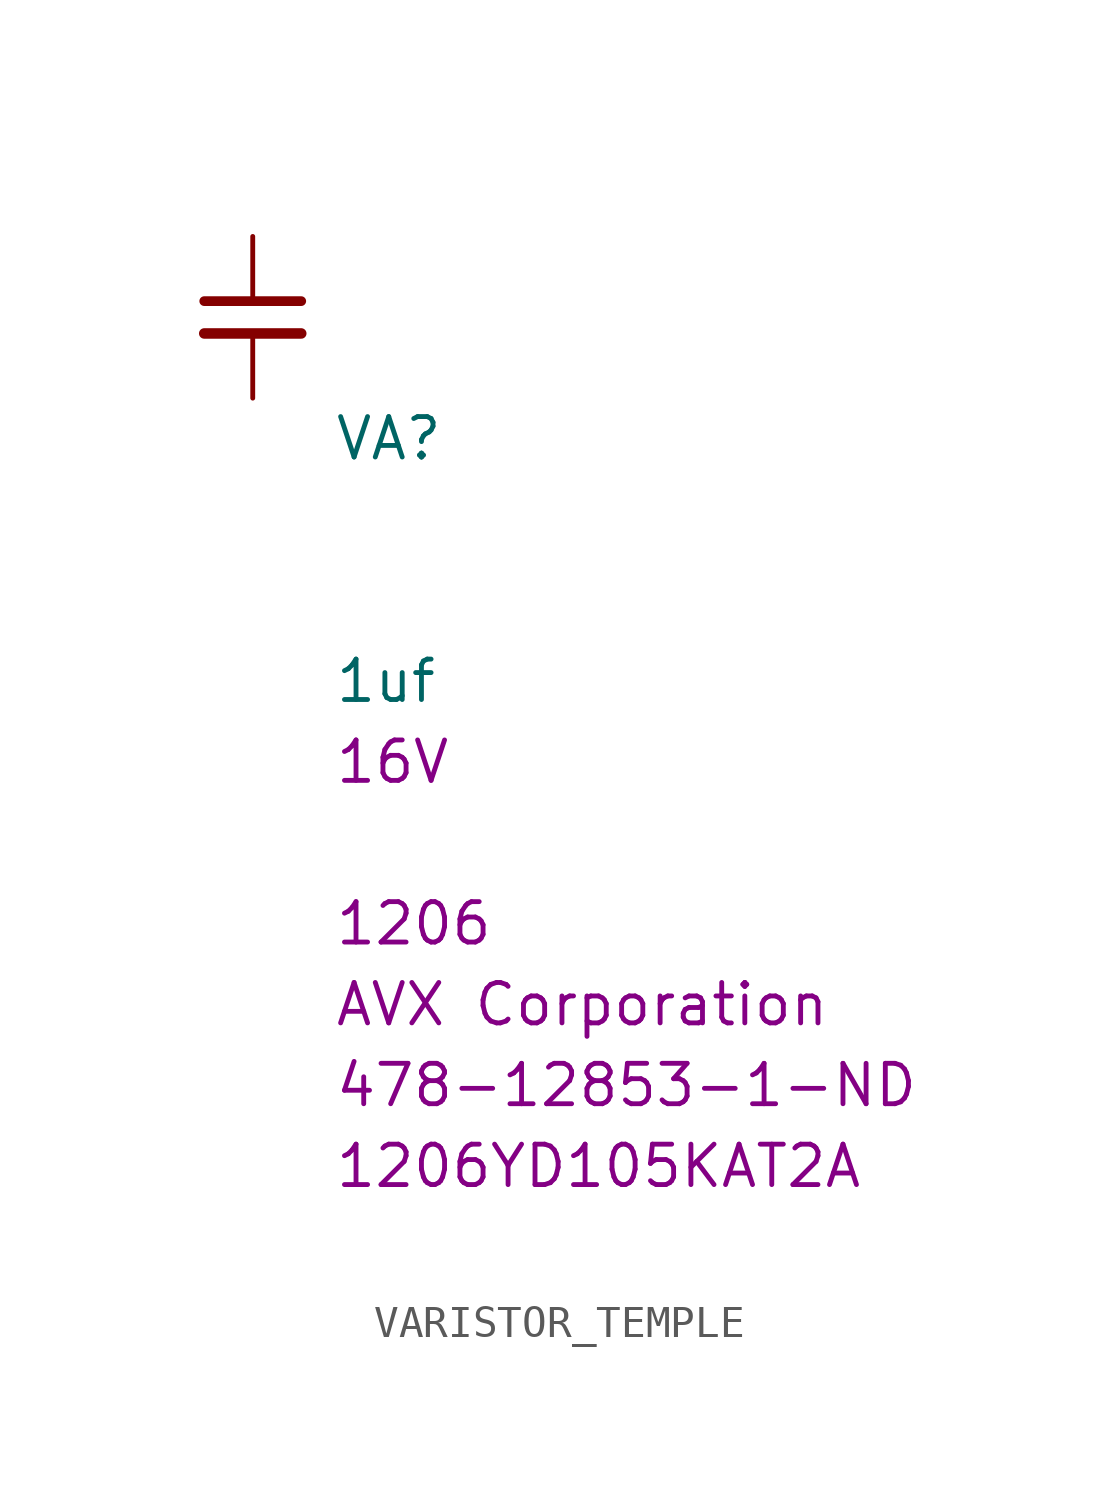
<source format=kicad_sym>
(kicad_symbol_lib
  (version 20220914)
  (generator kicad_symbol_editor)
  (symbol "VARISTOR_TEMPLE"
    (pin_numbers hide)
    (pin_names
      (offset 1.016) hide)
    (property "Reference" "VA"
      (at 2.54 -3.81 0)
      (effects (font (size 1.27 1.27)) (justify left)))
    (property "Value" "VARISTOR_TEMPLE"
      (at 2.54 -6.35 0)
      (effects (font (size 1.27 1.27)) (justify left)))
    (property "value" "1uf"
      (at 2.54 -11.43 0)
      (effects (font (size 1.27 1.27)) (justify left)))
    (property "MAX Voltage" "16V"
      (at 2.54 -13.97 0)
      (effects (font (size 1.27 1.27)) (justify left)))
    (property "Chip Set" "1206"
      (at 2.54 -19.05 0)
      (effects (font (size 1.27 1.27)) (justify left)))
    (property "Manufacturer" "AVX Corporation"
      (at 2.54 -21.59 0)
      (effects (font (size 1.27 1.27)) (justify left)))
    (property "MPN" "1206YD105KAT2A"
      (at 2.54 -26.67 0)
      (effects (font (size 1.27 1.27)) (justify left)))
    (property "Digi-Key_PN" "478-12853-1-ND"
      (at 2.54 -24.13 0)
      (effects (font (size 1.27 1.27)) (justify left)))
    (symbol "VARISTOR_TEMPLE_1_1"
      (polyline (pts (xy -1.524 -0.508) (xy 1.524 -0.508)) (stroke (width 0.33) (type solid)) (fill (type none)))
      (polyline (pts (xy -1.524 0.508) (xy 1.524 0.508)) (stroke (width 0.305) (type solid)) (fill (type none)))
      (pin passive line (at 0 2.54 270) (length 2.032) (name "~" (effects (font (size 1.27 1.27)))) (number "1" (effects (font (size 1.27 1.27)))))
      (pin passive line (at 0 -2.54 90) (length 2.032) (name "~" (effects (font (size 1.27 1.27)))) (number "2" (effects (font (size 1.27 1.27))))))))
</source>
